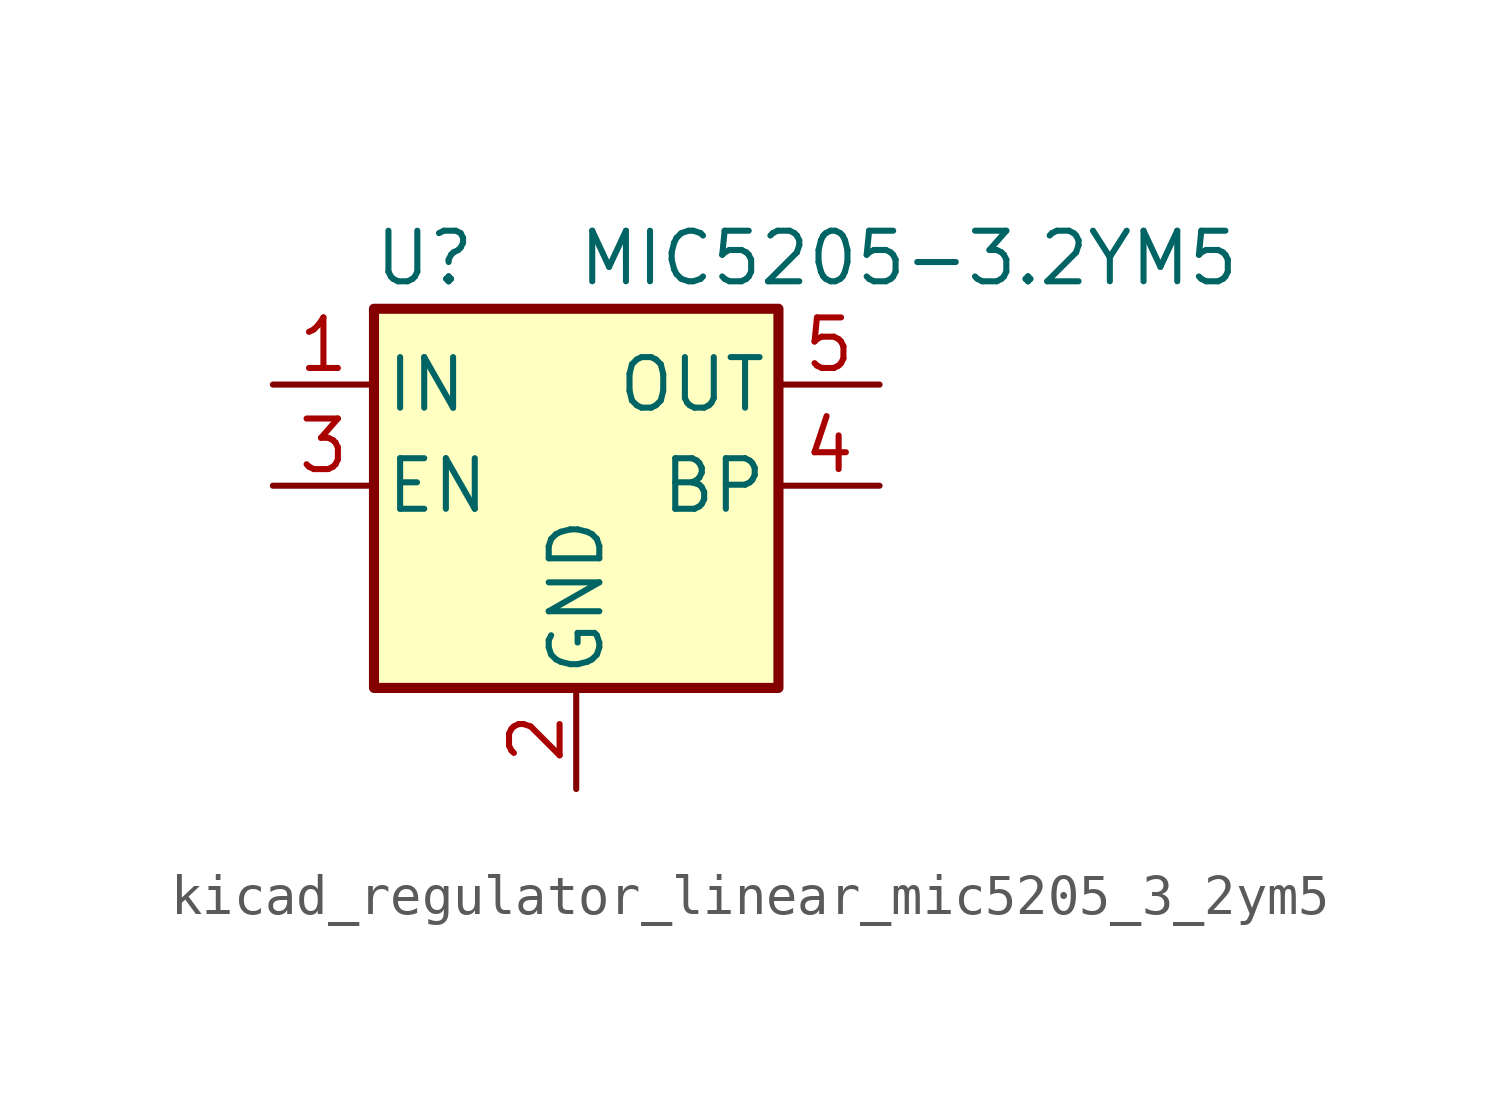
<source format=kicad_sym>
(kicad_symbol_lib
  (version 20220914)
  (generator kicad_symbol_editor)
  (symbol "kicad_regulator_linear_mic5205_3_2ym5"
    (pin_names
      (offset 0.254))
    (property "Reference" "U"
      (at -3.81 5.715 0)
      (effects (font (size 1.27 1.27))))
    (property "Value" "MIC5205-3.2YM5"
      (at 0 5.715 0)
      (effects (font (size 1.27 1.27)) (justify left)))
    (symbol "kicad_regulator_linear_mic5205_3_2ym5_0_1"
      (rectangle (start -5.08 4.445) (end 5.08 -5.08) (stroke (width 0.254) (type default)) (fill (type background))))
    (symbol "kicad_regulator_linear_mic5205_3_2ym5_1_1"
      (pin power_in line (at -7.62 2.54 0) (length 2.54) (name "IN" (effects (font (size 1.27 1.27)))) (number "1" (effects (font (size 1.27 1.27)))))
      (pin power_in line (at 0 -7.62 90) (length 2.54) (name "GND" (effects (font (size 1.27 1.27)))) (number "2" (effects (font (size 1.27 1.27)))))
      (pin input line (at -7.62 0 0) (length 2.54) (name "EN" (effects (font (size 1.27 1.27)))) (number "3" (effects (font (size 1.27 1.27)))))
      (pin input line (at 7.62 0 180) (length 2.54) (name "BP" (effects (font (size 1.27 1.27)))) (number "4" (effects (font (size 1.27 1.27)))))
      (pin power_out line (at 7.62 2.54 180) (length 2.54) (name "OUT" (effects (font (size 1.27 1.27)))) (number "5" (effects (font (size 1.27 1.27))))))))
</source>
